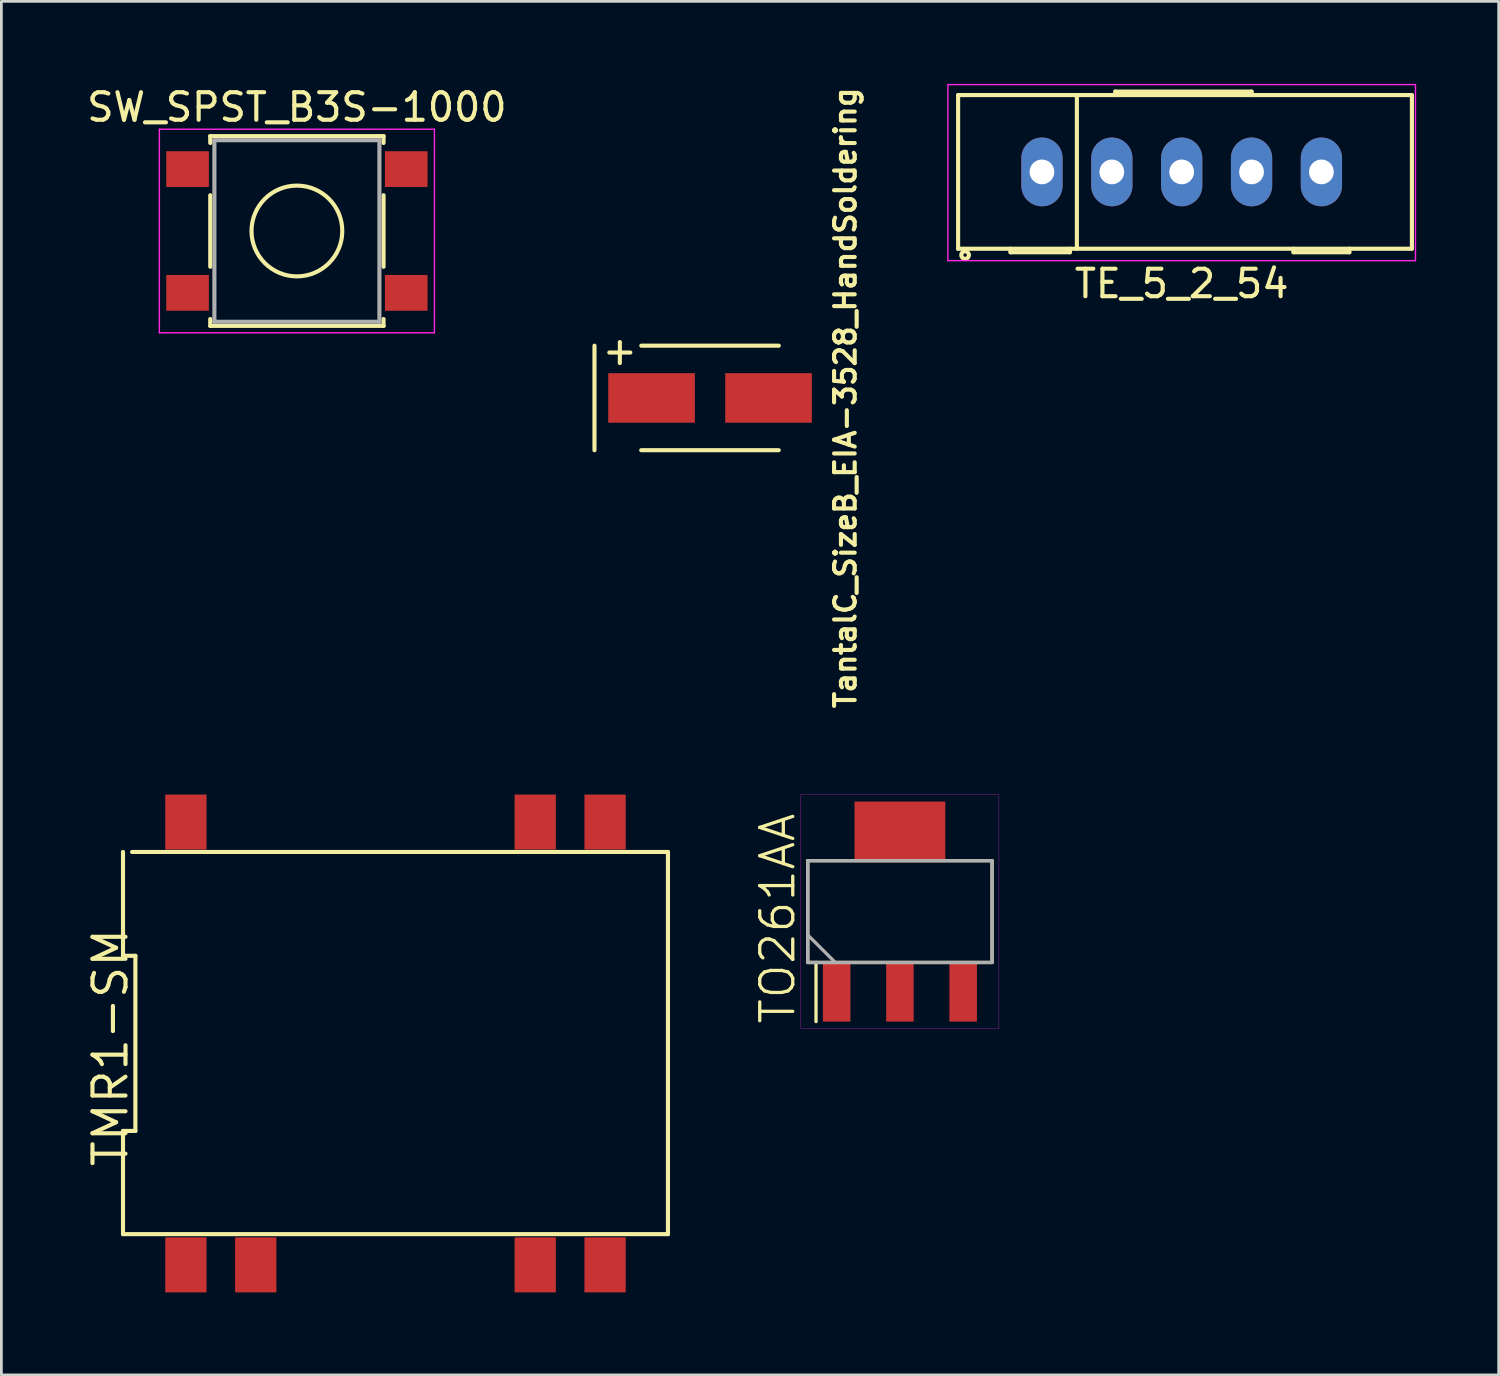
<source format=kicad_pcb>
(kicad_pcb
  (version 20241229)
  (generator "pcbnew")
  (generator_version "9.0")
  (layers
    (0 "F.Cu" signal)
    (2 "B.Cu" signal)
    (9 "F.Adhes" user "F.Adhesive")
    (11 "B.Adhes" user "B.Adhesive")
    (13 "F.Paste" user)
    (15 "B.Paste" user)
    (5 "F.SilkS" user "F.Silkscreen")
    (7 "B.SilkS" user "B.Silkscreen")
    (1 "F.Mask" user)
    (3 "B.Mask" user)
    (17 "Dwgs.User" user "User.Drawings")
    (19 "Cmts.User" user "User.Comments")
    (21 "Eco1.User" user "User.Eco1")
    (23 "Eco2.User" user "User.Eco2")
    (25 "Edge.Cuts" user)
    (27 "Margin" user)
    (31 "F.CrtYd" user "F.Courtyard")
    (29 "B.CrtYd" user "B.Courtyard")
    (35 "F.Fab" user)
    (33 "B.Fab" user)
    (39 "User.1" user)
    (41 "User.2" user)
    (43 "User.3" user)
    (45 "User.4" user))
  (footprint "TMR1-SM"
    (layer "F.Cu")
    (at 11.328 34.884)
    (property "Reference" "TMR1-SM" (at -10.363 0.152 90) (layer "F.SilkS") (effects (font (size 1.2 1.2) (thickness 0.15))))
    (attr through_hole)
    (fp_line (start -9.906 6.934) (end 9.906 6.934) (stroke (width 0.15) (type solid)) (layer "F.SilkS"))
    (fp_line (start -9.906 -6.96) (end -9.906 -3.184) (stroke (width 0.15) (type solid)) (layer "F.SilkS"))
    (fp_line (start -9.906 -3.184) (end -9.456 -3.184) (stroke (width 0.15) (type solid)) (layer "F.SilkS"))
    (fp_line (start -9.906 3.183) (end -9.906 6.934) (stroke (width 0.15) (type solid)) (layer "F.SilkS"))
    (fp_line (start -9.456 -3.184) (end -9.456 3.183) (stroke (width 0.15) (type solid)) (layer "F.SilkS"))
    (fp_line (start -9.456 3.183) (end -9.906 3.183) (stroke (width 0.15) (type solid)) (layer "F.SilkS"))
    (fp_line (start 9.906 6.934) (end 9.906 -6.96) (stroke (width 0.15) (type solid)) (layer "F.SilkS"))
    (fp_line (start 9.906 -6.96) (end -9.576 -6.96) (stroke (width 0.15) (type solid)) (layer "F.SilkS"))
    (pad "1" smd rect (at -7.62 8.052) (size 1.5 2) (layers "F.Cu" "F.Mask" "F.Paste"))
    (pad "2" smd rect (at -5.08 8.052) (size 1.5 2) (layers "F.Cu" "F.Mask" "F.Paste"))
    (pad "6" smd rect (at 5.08 8.052) (size 1.5 2) (layers "F.Cu" "F.Mask" "F.Paste"))
    (pad "7" smd rect (at 7.62 8.052) (size 1.5 2) (layers "F.Cu" "F.Mask" "F.Paste"))
    (pad "8" smd rect (at 7.62 -8.048) (size 1.5 2) (layers "F.Cu" "F.Mask" "F.Paste"))
    (pad "9" smd rect (at 5.08 -8.048) (size 1.5 2) (layers "F.Cu" "F.Mask" "F.Paste"))
    (pad "14" smd rect (at -7.62 -8.048) (size 1.5 2) (layers "F.Cu" "F.Mask" "F.Paste")))
  (footprint "TE_5_2_54"
    (layer "F.Cu")
    (at 39.911 3.2)
    (property "Reference" "TE_5_2_54" (at 0 4.064 0) (layer "F.SilkS") (effects (font (size 1 1) (thickness 0.15))))
    (attr through_hole)
    (fp_line (start -8.128 -2.794) (end 8.358 -2.794) (stroke (width 0.15) (type solid)) (layer "F.SilkS"))
    (fp_line (start -8.128 2.794) (end -8.128 -2.794) (stroke (width 0.15) (type solid)) (layer "F.SilkS"))
    (fp_line (start -6.223 2.921) (end -6.223 2.794) (stroke (width 0.15) (type solid)) (layer "F.SilkS"))
    (fp_line (start -6.223 2.921) (end -4.064 2.921) (stroke (width 0.15) (type solid)) (layer "F.SilkS"))
    (fp_line (start -4.064 2.921) (end -4.064 2.794) (stroke (width 0.15) (type solid)) (layer "F.SilkS"))
    (fp_line (start -3.81 -2.794) (end -3.81 2.794) (stroke (width 0.15) (type solid)) (layer "F.SilkS"))
    (fp_line (start -2.413 -2.921) (end -2.413 -2.794) (stroke (width 0.15) (type solid)) (layer "F.SilkS"))
    (fp_line (start -2.413 -2.921) (end 2.54 -2.921) (stroke (width 0.15) (type solid)) (layer "F.SilkS"))
    (fp_line (start 2.54 -2.921) (end 2.54 -2.794) (stroke (width 0.15) (type solid)) (layer "F.SilkS"))
    (fp_line (start 4.064 2.921) (end 4.064 2.794) (stroke (width 0.15) (type solid)) (layer "F.SilkS"))
    (fp_line (start 4.064 2.921) (end 6.096 2.921) (stroke (width 0.15) (type solid)) (layer "F.SilkS"))
    (fp_line (start 6.096 2.921) (end 6.096 2.794) (stroke (width 0.15) (type solid)) (layer "F.SilkS"))
    (fp_line (start 8.358 2.794) (end -8.128 2.794) (stroke (width 0.15) (type solid)) (layer "F.SilkS"))
    (fp_line (start 8.37 -2.794) (end 8.37 2.794) (stroke (width 0.15) (type solid)) (layer "F.SilkS"))
    (fp_circle (center -7.874 3.023) (end -7.811 3.023) (stroke (width 0.15) (type solid)) (fill no) (layer "F.SilkS"))
    (fp_line (start -8.5 -3.175) (end 8.5 -3.175) (stroke (width 0.05) (type solid)) (layer "F.CrtYd"))
    (fp_line (start -8.5 3.226) (end -8.5 -3.175) (stroke (width 0.05) (type solid)) (layer "F.CrtYd"))
    (fp_line (start 8.5 -3.175) (end 8.5 3.226) (stroke (width 0.05) (type solid)) (layer "F.CrtYd"))
    (fp_line (start 8.5 3.226) (end -8.5 3.226) (stroke (width 0.05) (type solid)) (layer "F.CrtYd"))
    (pad "1" thru_hole oval (at -5.08 0) (size 1.5 2.5) (drill 0.9) (layers "*.Cu" "*.Mask"))
    (pad "2" thru_hole oval (at -2.54 0) (size 1.5 2.5) (drill 0.9) (layers "*.Cu" "*.Mask"))
    (pad "3" thru_hole oval (at 0 0) (size 1.5 2.5) (drill 0.9) (layers "*.Cu" "*.Mask"))
    (pad "4" thru_hole oval (at 2.54 0) (size 1.5 2.5) (drill 0.9) (layers "*.Cu" "*.Mask"))
    (pad "5" thru_hole oval (at 5.08 0) (size 1.5 2.5) (drill 0.9) (layers "*.Cu" "*.Mask")))
  (footprint "TantalC_SizeB_EIA-3528_HandSoldering"
    (layer "F.Cu")
    (at 22.764 11.418)
    (property "Reference" "TantalC_SizeB_EIA-3528_HandSoldering" (at 4.92 0 90) (layer "F.SilkS") (effects (font (size 0.75 0.75) (thickness 0.15))))
    (attr smd)
    (fp_line (start -4.201 -1.9) (end -4.201 1.9) (stroke (width 0.15) (type solid)) (layer "F.SilkS"))
    (fp_line (start 2.497 1.9) (end -2.502 1.9) (stroke (width 0.15) (type solid)) (layer "F.SilkS"))
    (fp_line (start 2.499 -1.9) (end -2.499 -1.9) (stroke (width 0.15) (type solid)) (layer "F.SilkS"))
    (fp_text user "+" (at -3.353 -1.651 90) (layer "F.SilkS") (effects (font (size 1 1) (thickness 0.15))))
    (pad "1" smd rect (at -2.126 0) (size 3.15 1.801) (layers "F.Cu" "F.Mask" "F.Paste"))
    (pad "2" smd rect (at 2.126 0) (size 3.15 1.801) (layers "F.Cu" "F.Mask" "F.Paste")))
  (footprint "TO261AA"
    (layer "F.Cu")
    (at 29.667 30.091)
    (property "Reference" "TO261AA" (at -4.445 0.254 90) (layer "F.SilkS") (effects (font (size 1.2 1.2) (thickness 0.12))))
    (attr smd)
    (fp_line (start -3.35 -1.85) (end 3.35 -1.85) (stroke (width 0.12) (type solid)) (layer "F.SilkS"))
    (fp_line (start -3.35 1.85) (end -3.35 -1.85) (stroke (width 0.12) (type solid)) (layer "F.SilkS"))
    (fp_line (start -3.05 4) (end -3.05 1.85) (stroke (width 0.12) (type solid)) (layer "F.SilkS"))
    (fp_line (start 3.35 -1.85) (end 3.35 1.85) (stroke (width 0.12) (type solid)) (layer "F.SilkS"))
    (fp_line (start 3.35 1.85) (end -3.35 1.85) (stroke (width 0.12) (type solid)) (layer "F.SilkS"))
    (fp_line (start -3.6 -4.25) (end -3.6 4.25) (stroke (width 0.01) (type solid)) (layer "F.CrtYd"))
    (fp_line (start -3.6 4.25) (end 3.6 4.25) (stroke (width 0.01) (type solid)) (layer "F.CrtYd"))
    (fp_line (start 3.6 -4.25) (end -3.6 -4.25) (stroke (width 0.01) (type solid)) (layer "F.CrtYd"))
    (fp_line (start 3.6 4.25) (end 3.6 -4.25) (stroke (width 0.01) (type solid)) (layer "F.CrtYd"))
    (fp_line (start -3.35 -1.85) (end 3.35 -1.85) (stroke (width 0.12) (type solid)) (layer "F.Fab"))
    (fp_line (start -3.35 0.85) (end -2.35 1.85) (stroke (width 0.12) (type solid)) (layer "F.Fab"))
    (fp_line (start -3.35 1.85) (end -3.35 -1.85) (stroke (width 0.12) (type solid)) (layer "F.Fab"))
    (fp_line (start 3.35 -1.85) (end 3.35 1.85) (stroke (width 0.12) (type solid)) (layer "F.Fab"))
    (fp_line (start 3.35 1.85) (end -3.35 1.85) (stroke (width 0.12) (type solid)) (layer "F.Fab"))
    (pad "1" smd rect (at -2.3 2.9) (size 1 2.2) (layers "F.Cu" "F.Mask" "F.Paste"))
    (pad "2" smd rect (at 0 2.9) (size 1 2.2) (layers "F.Cu" "F.Mask" "F.Paste"))
    (pad "3" smd rect (at 2.3 2.9) (size 1 2.2) (layers "F.Cu" "F.Mask" "F.Paste"))
    (pad "4" smd rect (at 0 -2.9) (size 3.3 2.2) (layers "F.Cu" "F.Mask" "F.Paste")))
  (footprint "SW_SPST_B3S-1000"
    (layer "F.Cu")
    (at 7.744 5.348)
    (property "Reference" "SW_SPST_B3S-1000" (at 0 -4.5 0) (layer "F.SilkS") (effects (font (size 1 1) (thickness 0.15))))
    (attr smd)
    (fp_line (start -3.15 -3.45) (end 3.15 -3.45) (stroke (width 0.15) (type solid)) (layer "F.SilkS"))
    (fp_line (start -3.15 -3.2) (end -3.15 -3.45) (stroke (width 0.15) (type solid)) (layer "F.SilkS"))
    (fp_line (start -3.15 1.3) (end -3.15 -1.3) (stroke (width 0.15) (type solid)) (layer "F.SilkS"))
    (fp_line (start -3.15 3.45) (end -3.15 3.2) (stroke (width 0.15) (type solid)) (layer "F.SilkS"))
    (fp_line (start 3.15 -3.45) (end 3.15 -3.2) (stroke (width 0.15) (type solid)) (layer "F.SilkS"))
    (fp_line (start 3.15 -1.3) (end 3.15 1.3) (stroke (width 0.15) (type solid)) (layer "F.SilkS"))
    (fp_line (start 3.15 3.2) (end 3.15 3.45) (stroke (width 0.15) (type solid)) (layer "F.SilkS"))
    (fp_line (start 3.15 3.45) (end -3.15 3.45) (stroke (width 0.15) (type solid)) (layer "F.SilkS"))
    (fp_circle (center 0 0) (end 1.65 0) (stroke (width 0.15) (type solid)) (fill no) (layer "F.SilkS"))
    (fp_line (start -5 -3.7) (end -5 3.7) (stroke (width 0.05) (type solid)) (layer "F.CrtYd"))
    (fp_line (start -5 3.7) (end 5 3.7) (stroke (width 0.05) (type solid)) (layer "F.CrtYd"))
    (fp_line (start 5 -3.7) (end -5 -3.7) (stroke (width 0.05) (type solid)) (layer "F.CrtYd"))
    (fp_line (start 5 3.7) (end 5 -3.7) (stroke (width 0.05) (type solid)) (layer "F.CrtYd"))
    (fp_line (start -3 -3.3) (end 3 -3.3) (stroke (width 0.15) (type solid)) (layer "F.Fab"))
    (fp_line (start -3 3.3) (end -3 -3.3) (stroke (width 0.15) (type solid)) (layer "F.Fab"))
    (fp_line (start 3 -3.3) (end 3 3.3) (stroke (width 0.15) (type solid)) (layer "F.Fab"))
    (fp_line (start 3 3.3) (end -3 3.3) (stroke (width 0.15) (type solid)) (layer "F.Fab"))
    (pad "1" smd rect (at -3.975 -2.25) (size 1.55 1.3) (layers "F.Cu" "F.Mask" "F.Paste"))
    (pad "1" smd rect (at 3.975 -2.25) (size 1.55 1.3) (layers "F.Cu" "F.Mask" "F.Paste"))
    (pad "2" smd rect (at -3.975 2.25) (size 1.55 1.3) (layers "F.Cu" "F.Mask" "F.Paste"))
    (pad "2" smd rect (at 3.975 2.25) (size 1.55 1.3) (layers "F.Cu" "F.Mask" "F.Paste")))
  (gr_rect
    (start -3 -3)
    (end 51.436 46.936)
    (stroke (width 0.1) (type default))
    (fill no)
    (layer "Edge.Cuts")))
</source>
